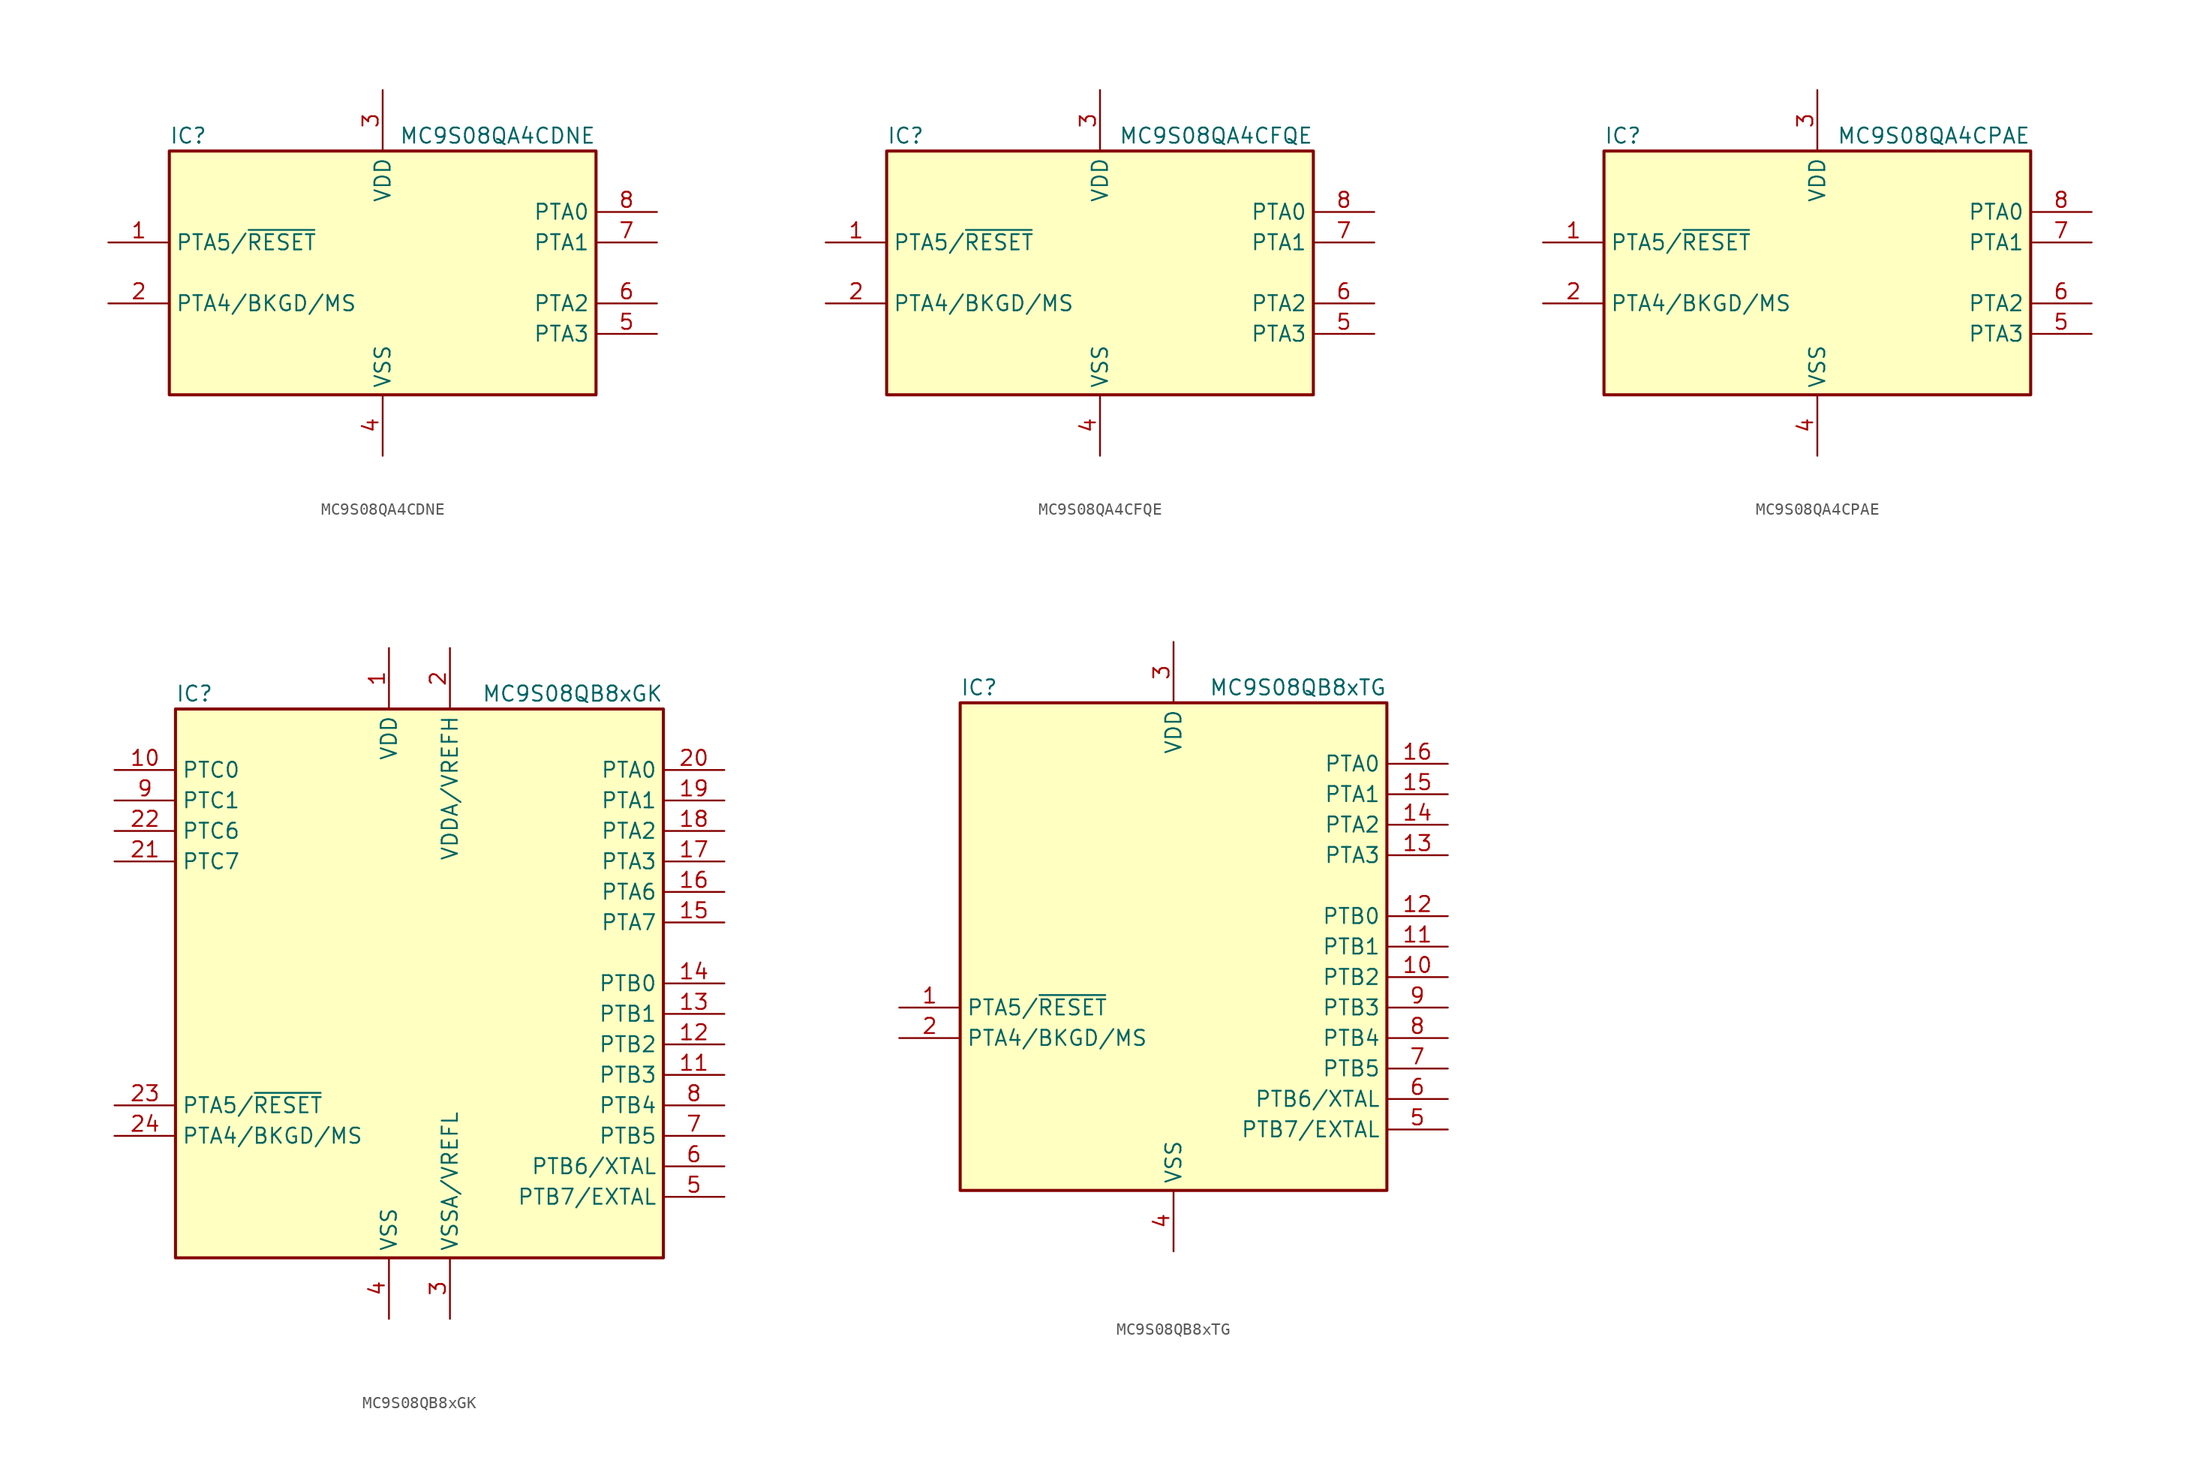
<source format=kicad_sym>
(kicad_symbol_lib
  (version 20201005)
  (generator kicad_symbol_editor)
  (symbol "MCU_NXP_S08:MC9S08QA4CDNE"
    (property "Reference" "IC"
      (at -17.78 11.43 0)
      (effects (font (size 1.27 1.27)) (justify left)))
    (property "Value" "MC9S08QA4CDNE"
      (at 17.78 11.43 0)
      (effects (font (size 1.27 1.27)) (justify right)))
    (symbol "MC9S08QA4CDNE_0_1"
      (rectangle (start -17.78 10.16) (end 17.78 -10.16) (stroke (width 0.254)) (fill (type background))))
    (symbol "MC9S08QA4CDNE_1_1"
      (pin bidirectional line (at -22.86 2.54 0) (length 5.08) (name "PTA5/~RESET" (effects (font (size 1.27 1.27)))) (number "1" (effects (font (size 1.27 1.27)))))
      (pin bidirectional line (at -22.86 -2.54 0) (length 5.08) (name "PTA4/BKGD/MS" (effects (font (size 1.27 1.27)))) (number "2" (effects (font (size 1.27 1.27)))))
      (pin power_in line (at 0 15.24 270) (length 5.08) (name "VDD" (effects (font (size 1.27 1.27)))) (number "3" (effects (font (size 1.27 1.27)))))
      (pin power_in line (at 0 -15.24 90) (length 5.08) (name "VSS" (effects (font (size 1.27 1.27)))) (number "4" (effects (font (size 1.27 1.27)))))
      (pin bidirectional line (at 22.86 -5.08 180) (length 5.08) (name "PTA3" (effects (font (size 1.27 1.27)))) (number "5" (effects (font (size 1.27 1.27)))))
      (pin bidirectional line (at 22.86 -2.54 180) (length 5.08) (name "PTA2" (effects (font (size 1.27 1.27)))) (number "6" (effects (font (size 1.27 1.27)))))
      (pin bidirectional line (at 22.86 2.54 180) (length 5.08) (name "PTA1" (effects (font (size 1.27 1.27)))) (number "7" (effects (font (size 1.27 1.27)))))
      (pin bidirectional line (at 22.86 5.08 180) (length 5.08) (name "PTA0" (effects (font (size 1.27 1.27)))) (number "8" (effects (font (size 1.27 1.27)))))))
  (symbol "MCU_NXP_S08:MC9S08QA4CFQE"
    (property "Reference" "IC"
      (at -17.78 11.43 0)
      (effects (font (size 1.27 1.27)) (justify left)))
    (property "Value" "MC9S08QA4CFQE"
      (at 17.78 11.43 0)
      (effects (font (size 1.27 1.27)) (justify right)))
    (symbol "MC9S08QA4CFQE_0_1"
      (rectangle (start -17.78 10.16) (end 17.78 -10.16) (stroke (width 0.254)) (fill (type background))))
    (symbol "MC9S08QA4CFQE_1_1"
      (pin bidirectional line (at -22.86 2.54 0) (length 5.08) (name "PTA5/~RESET" (effects (font (size 1.27 1.27)))) (number "1" (effects (font (size 1.27 1.27)))))
      (pin bidirectional line (at -22.86 -2.54 0) (length 5.08) (name "PTA4/BKGD/MS" (effects (font (size 1.27 1.27)))) (number "2" (effects (font (size 1.27 1.27)))))
      (pin power_in line (at 0 15.24 270) (length 5.08) (name "VDD" (effects (font (size 1.27 1.27)))) (number "3" (effects (font (size 1.27 1.27)))))
      (pin power_in line (at 0 -15.24 90) (length 5.08) (name "VSS" (effects (font (size 1.27 1.27)))) (number "4" (effects (font (size 1.27 1.27)))))
      (pin bidirectional line (at 22.86 -5.08 180) (length 5.08) (name "PTA3" (effects (font (size 1.27 1.27)))) (number "5" (effects (font (size 1.27 1.27)))))
      (pin bidirectional line (at 22.86 -2.54 180) (length 5.08) (name "PTA2" (effects (font (size 1.27 1.27)))) (number "6" (effects (font (size 1.27 1.27)))))
      (pin bidirectional line (at 22.86 2.54 180) (length 5.08) (name "PTA1" (effects (font (size 1.27 1.27)))) (number "7" (effects (font (size 1.27 1.27)))))
      (pin bidirectional line (at 22.86 5.08 180) (length 5.08) (name "PTA0" (effects (font (size 1.27 1.27)))) (number "8" (effects (font (size 1.27 1.27)))))))
  (symbol "MCU_NXP_S08:MC9S08QA4CPAE"
    (property "Reference" "IC"
      (at -17.78 11.43 0)
      (effects (font (size 1.27 1.27)) (justify left)))
    (property "Value" "MC9S08QA4CPAE"
      (at 17.78 11.43 0)
      (effects (font (size 1.27 1.27)) (justify right)))
    (symbol "MC9S08QA4CPAE_0_1"
      (rectangle (start -17.78 10.16) (end 17.78 -10.16) (stroke (width 0.254)) (fill (type background))))
    (symbol "MC9S08QA4CPAE_1_1"
      (pin bidirectional line (at -22.86 2.54 0) (length 5.08) (name "PTA5/~RESET" (effects (font (size 1.27 1.27)))) (number "1" (effects (font (size 1.27 1.27)))))
      (pin bidirectional line (at -22.86 -2.54 0) (length 5.08) (name "PTA4/BKGD/MS" (effects (font (size 1.27 1.27)))) (number "2" (effects (font (size 1.27 1.27)))))
      (pin power_in line (at 0 15.24 270) (length 5.08) (name "VDD" (effects (font (size 1.27 1.27)))) (number "3" (effects (font (size 1.27 1.27)))))
      (pin power_in line (at 0 -15.24 90) (length 5.08) (name "VSS" (effects (font (size 1.27 1.27)))) (number "4" (effects (font (size 1.27 1.27)))))
      (pin bidirectional line (at 22.86 -5.08 180) (length 5.08) (name "PTA3" (effects (font (size 1.27 1.27)))) (number "5" (effects (font (size 1.27 1.27)))))
      (pin bidirectional line (at 22.86 -2.54 180) (length 5.08) (name "PTA2" (effects (font (size 1.27 1.27)))) (number "6" (effects (font (size 1.27 1.27)))))
      (pin bidirectional line (at 22.86 2.54 180) (length 5.08) (name "PTA1" (effects (font (size 1.27 1.27)))) (number "7" (effects (font (size 1.27 1.27)))))
      (pin bidirectional line (at 22.86 5.08 180) (length 5.08) (name "PTA0" (effects (font (size 1.27 1.27)))) (number "8" (effects (font (size 1.27 1.27)))))))
  (symbol "MCU_NXP_S08:MC9S08QB8xGK"
    (property "Reference" "IC"
      (at -20.32 24.13 0)
      (effects (font (size 1.27 1.27)) (justify left)))
    (property "Value" "MC9S08QB8xGK"
      (at 20.32 24.13 0)
      (effects (font (size 1.27 1.27)) (justify right)))
    (symbol "MC9S08QB8xGK_0_1"
      (rectangle (start -20.32 22.86) (end 20.32 -22.86) (stroke (width 0.254)) (fill (type background))))
    (symbol "MC9S08QB8xGK_1_1"
      (pin power_in line (at -2.54 27.94 270) (length 5.08) (name "VDD" (effects (font (size 1.27 1.27)))) (number "1" (effects (font (size 1.27 1.27)))))
      (pin bidirectional line (at -25.4 17.78 0) (length 5.08) (name "PTC0" (effects (font (size 1.27 1.27)))) (number "10" (effects (font (size 1.27 1.27)))))
      (pin bidirectional line (at 25.4 -7.62 180) (length 5.08) (name "PTB3" (effects (font (size 1.27 1.27)))) (number "11" (effects (font (size 1.27 1.27)))))
      (pin bidirectional line (at 25.4 -5.08 180) (length 5.08) (name "PTB2" (effects (font (size 1.27 1.27)))) (number "12" (effects (font (size 1.27 1.27)))))
      (pin bidirectional line (at 25.4 -2.54 180) (length 5.08) (name "PTB1" (effects (font (size 1.27 1.27)))) (number "13" (effects (font (size 1.27 1.27)))))
      (pin bidirectional line (at 25.4 0 180) (length 5.08) (name "PTB0" (effects (font (size 1.27 1.27)))) (number "14" (effects (font (size 1.27 1.27)))))
      (pin bidirectional line (at 25.4 5.08 180) (length 5.08) (name "PTA7" (effects (font (size 1.27 1.27)))) (number "15" (effects (font (size 1.27 1.27)))))
      (pin bidirectional line (at 25.4 7.62 180) (length 5.08) (name "PTA6" (effects (font (size 1.27 1.27)))) (number "16" (effects (font (size 1.27 1.27)))))
      (pin bidirectional line (at 25.4 10.16 180) (length 5.08) (name "PTA3" (effects (font (size 1.27 1.27)))) (number "17" (effects (font (size 1.27 1.27)))))
      (pin bidirectional line (at 25.4 12.7 180) (length 5.08) (name "PTA2" (effects (font (size 1.27 1.27)))) (number "18" (effects (font (size 1.27 1.27)))))
      (pin bidirectional line (at 25.4 15.24 180) (length 5.08) (name "PTA1" (effects (font (size 1.27 1.27)))) (number "19" (effects (font (size 1.27 1.27)))))
      (pin power_in line (at 2.54 27.94 270) (length 5.08) (name "VDDA/VREFH" (effects (font (size 1.27 1.27)))) (number "2" (effects (font (size 1.27 1.27)))))
      (pin bidirectional line (at 25.4 17.78 180) (length 5.08) (name "PTA0" (effects (font (size 1.27 1.27)))) (number "20" (effects (font (size 1.27 1.27)))))
      (pin bidirectional line (at -25.4 10.16 0) (length 5.08) (name "PTC7" (effects (font (size 1.27 1.27)))) (number "21" (effects (font (size 1.27 1.27)))))
      (pin bidirectional line (at -25.4 12.7 0) (length 5.08) (name "PTC6" (effects (font (size 1.27 1.27)))) (number "22" (effects (font (size 1.27 1.27)))))
      (pin bidirectional line (at -25.4 -10.16 0) (length 5.08) (name "PTA5/~RESET" (effects (font (size 1.27 1.27)))) (number "23" (effects (font (size 1.27 1.27)))))
      (pin bidirectional line (at -25.4 -12.7 0) (length 5.08) (name "PTA4/BKGD/MS" (effects (font (size 1.27 1.27)))) (number "24" (effects (font (size 1.27 1.27)))))
      (pin power_in line (at 2.54 -27.94 90) (length 5.08) (name "VSSA/VREFL" (effects (font (size 1.27 1.27)))) (number "3" (effects (font (size 1.27 1.27)))))
      (pin power_in line (at -2.54 -27.94 90) (length 5.08) (name "VSS" (effects (font (size 1.27 1.27)))) (number "4" (effects (font (size 1.27 1.27)))))
      (pin bidirectional line (at 25.4 -17.78 180) (length 5.08) (name "PTB7/EXTAL" (effects (font (size 1.27 1.27)))) (number "5" (effects (font (size 1.27 1.27)))))
      (pin bidirectional line (at 25.4 -15.24 180) (length 5.08) (name "PTB6/XTAL" (effects (font (size 1.27 1.27)))) (number "6" (effects (font (size 1.27 1.27)))))
      (pin bidirectional line (at 25.4 -12.7 180) (length 5.08) (name "PTB5" (effects (font (size 1.27 1.27)))) (number "7" (effects (font (size 1.27 1.27)))))
      (pin bidirectional line (at 25.4 -10.16 180) (length 5.08) (name "PTB4" (effects (font (size 1.27 1.27)))) (number "8" (effects (font (size 1.27 1.27)))))
      (pin bidirectional line (at -25.4 15.24 0) (length 5.08) (name "PTC1" (effects (font (size 1.27 1.27)))) (number "9" (effects (font (size 1.27 1.27)))))))
  (symbol "MCU_NXP_S08:MC9S08QB8xTG"
    (property "Reference" "IC"
      (at -17.78 21.59 0)
      (effects (font (size 1.27 1.27)) (justify left)))
    (property "Value" "MC9S08QB8xTG"
      (at 17.78 21.59 0)
      (effects (font (size 1.27 1.27)) (justify right)))
    (symbol "MC9S08QB8xTG_0_1"
      (rectangle (start -17.78 20.32) (end 17.78 -20.32) (stroke (width 0.254)) (fill (type background))))
    (symbol "MC9S08QB8xTG_1_1"
      (pin bidirectional line (at -22.86 -5.08 0) (length 5.08) (name "PTA5/~RESET" (effects (font (size 1.27 1.27)))) (number "1" (effects (font (size 1.27 1.27)))))
      (pin bidirectional line (at 22.86 -2.54 180) (length 5.08) (name "PTB2" (effects (font (size 1.27 1.27)))) (number "10" (effects (font (size 1.27 1.27)))))
      (pin bidirectional line (at 22.86 0 180) (length 5.08) (name "PTB1" (effects (font (size 1.27 1.27)))) (number "11" (effects (font (size 1.27 1.27)))))
      (pin bidirectional line (at 22.86 2.54 180) (length 5.08) (name "PTB0" (effects (font (size 1.27 1.27)))) (number "12" (effects (font (size 1.27 1.27)))))
      (pin bidirectional line (at 22.86 7.62 180) (length 5.08) (name "PTA3" (effects (font (size 1.27 1.27)))) (number "13" (effects (font (size 1.27 1.27)))))
      (pin bidirectional line (at 22.86 10.16 180) (length 5.08) (name "PTA2" (effects (font (size 1.27 1.27)))) (number "14" (effects (font (size 1.27 1.27)))))
      (pin bidirectional line (at 22.86 12.7 180) (length 5.08) (name "PTA1" (effects (font (size 1.27 1.27)))) (number "15" (effects (font (size 1.27 1.27)))))
      (pin bidirectional line (at 22.86 15.24 180) (length 5.08) (name "PTA0" (effects (font (size 1.27 1.27)))) (number "16" (effects (font (size 1.27 1.27)))))
      (pin bidirectional line (at -22.86 -7.62 0) (length 5.08) (name "PTA4/BKGD/MS" (effects (font (size 1.27 1.27)))) (number "2" (effects (font (size 1.27 1.27)))))
      (pin power_in line (at 0 25.4 270) (length 5.08) (name "VDD" (effects (font (size 1.27 1.27)))) (number "3" (effects (font (size 1.27 1.27)))))
      (pin power_in line (at 0 -25.4 90) (length 5.08) (name "VSS" (effects (font (size 1.27 1.27)))) (number "4" (effects (font (size 1.27 1.27)))))
      (pin bidirectional line (at 22.86 -15.24 180) (length 5.08) (name "PTB7/EXTAL" (effects (font (size 1.27 1.27)))) (number "5" (effects (font (size 1.27 1.27)))))
      (pin bidirectional line (at 22.86 -12.7 180) (length 5.08) (name "PTB6/XTAL" (effects (font (size 1.27 1.27)))) (number "6" (effects (font (size 1.27 1.27)))))
      (pin bidirectional line (at 22.86 -10.16 180) (length 5.08) (name "PTB5" (effects (font (size 1.27 1.27)))) (number "7" (effects (font (size 1.27 1.27)))))
      (pin bidirectional line (at 22.86 -7.62 180) (length 5.08) (name "PTB4" (effects (font (size 1.27 1.27)))) (number "8" (effects (font (size 1.27 1.27)))))
      (pin bidirectional line (at 22.86 -5.08 180) (length 5.08) (name "PTB3" (effects (font (size 1.27 1.27)))) (number "9" (effects (font (size 1.27 1.27))))))))
</source>
